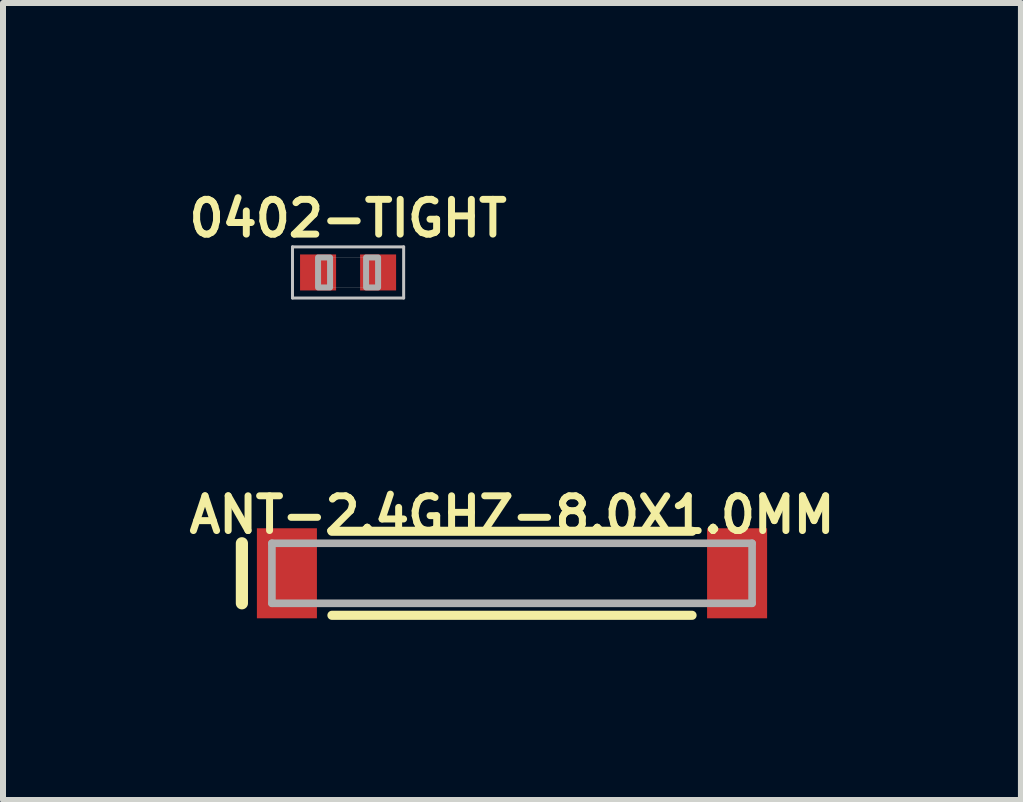
<source format=kicad_pcb>
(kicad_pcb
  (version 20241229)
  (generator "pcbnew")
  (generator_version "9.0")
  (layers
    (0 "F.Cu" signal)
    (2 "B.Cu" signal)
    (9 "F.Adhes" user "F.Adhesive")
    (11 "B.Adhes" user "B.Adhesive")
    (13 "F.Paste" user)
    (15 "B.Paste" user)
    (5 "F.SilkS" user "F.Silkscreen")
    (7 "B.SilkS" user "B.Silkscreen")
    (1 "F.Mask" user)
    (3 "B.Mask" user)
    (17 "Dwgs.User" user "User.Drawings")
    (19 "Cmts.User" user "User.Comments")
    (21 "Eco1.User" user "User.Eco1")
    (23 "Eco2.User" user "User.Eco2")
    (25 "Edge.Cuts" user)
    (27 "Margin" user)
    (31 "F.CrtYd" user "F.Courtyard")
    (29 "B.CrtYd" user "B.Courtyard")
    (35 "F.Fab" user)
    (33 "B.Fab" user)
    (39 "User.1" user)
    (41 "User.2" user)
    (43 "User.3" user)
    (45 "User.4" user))
  (footprint "ANT-2.4GHZ-8.0X1.0MM"
    (layer "F.Cu")
    (at 5.48 6.501)
    (property "Reference" "ANT-2.4GHZ-8.0X1.0MM" (at 0 -0.635 0) (layer "F.SilkS") (effects (font (size 0.579 0.579) (thickness 0.116)) (justify bottom)))
    (attr through_hole)
    (fp_line (start -4.5 -0.5) (end -4.5 0.5) (stroke (width 0.203) (type solid)) (layer "F.SilkS"))
    (fp_line (start -3 -0.7) (end 3 -0.7) (stroke (width 0.152) (type solid)) (layer "F.SilkS"))
    (fp_line (start 3 0.7) (end -3 0.7) (stroke (width 0.152) (type solid)) (layer "F.SilkS"))
    (fp_line (start -4 -0.5) (end 4 -0.5) (stroke (width 0.127) (type solid)) (layer "F.Fab"))
    (fp_line (start -4 0.5) (end -4 -0.5) (stroke (width 0.127) (type solid)) (layer "F.Fab"))
    (fp_line (start 4 -0.5) (end 4 0.5) (stroke (width 0.127) (type solid)) (layer "F.Fab"))
    (fp_line (start 4 0.5) (end -4 0.5) (stroke (width 0.127) (type solid)) (layer "F.Fab"))
    (pad "FEED" smd rect (at -3.75 0) (size 1 1.5) (layers "F.Cu" "F.Mask" "F.Paste"))
    (pad "NC" smd rect (at 3.75 0) (size 1 1.5) (layers "F.Cu" "F.Mask" "F.Paste")))
  (footprint "0402-TIGHT"
    (layer "F.Cu")
    (at 2.749 1.489)
    (property "Reference" "0402-TIGHT" (at 0 -0.562 0) (layer "F.SilkS") (effects (font (size 0.579 0.579) (thickness 0.116)) (justify bottom)))
    (attr through_hole)
    (fp_line (start -0.926 -0.426) (end -0.926 0.426) (stroke (width 0.05) (type solid)) (layer "Dwgs.User"))
    (fp_line (start -0.926 0.426) (end 0.926 0.426) (stroke (width 0.05) (type solid)) (layer "Dwgs.User"))
    (fp_line (start 0.926 -0.426) (end -0.926 -0.426) (stroke (width 0.05) (type solid)) (layer "Dwgs.User"))
    (fp_line (start 0.926 0.426) (end 0.926 -0.426) (stroke (width 0.05) (type solid)) (layer "Dwgs.User"))
    (fp_line (start -0.5 -0.25) (end 0.5 -0.25) (stroke (width 0.003) (type solid)) (layer "F.Fab"))
    (fp_line (start -0.5 0.25) (end -0.5 -0.25) (stroke (width 0.003) (type solid)) (layer "F.Fab"))
    (fp_line (start 0.5 -0.25) (end 0.5 0.25) (stroke (width 0.003) (type solid)) (layer "F.Fab"))
    (fp_line (start 0.5 0.25) (end -0.5 0.25) (stroke (width 0.003) (type solid)) (layer "F.Fab"))
    (fp_poly (pts (xy -0.5 0.25) (xy -0.3 0.25) (xy -0.3 -0.25) (xy -0.5 -0.25)) (stroke (width 0.1) (type solid)) (fill no) (layer "F.Fab"))
    (fp_poly (pts (xy 0.5 -0.25) (xy 0.3 -0.25) (xy 0.3 0.25) (xy 0.5 0.25)) (stroke (width 0.1) (type solid)) (fill no) (layer "F.Fab"))
    (pad "1" smd rect (at -0.5 0) (size 0.6 0.6) (layers "F.Cu" "F.Mask" "F.Paste"))
    (pad "2" smd rect (at 0.5 0) (size 0.6 0.6) (layers "F.Cu" "F.Mask" "F.Paste")))
  (gr_rect
    (start -3 -3)
    (end 13.959 10.278)
    (stroke (width 0.1) (type default))
    (fill no)
    (layer "Edge.Cuts")))
</source>
